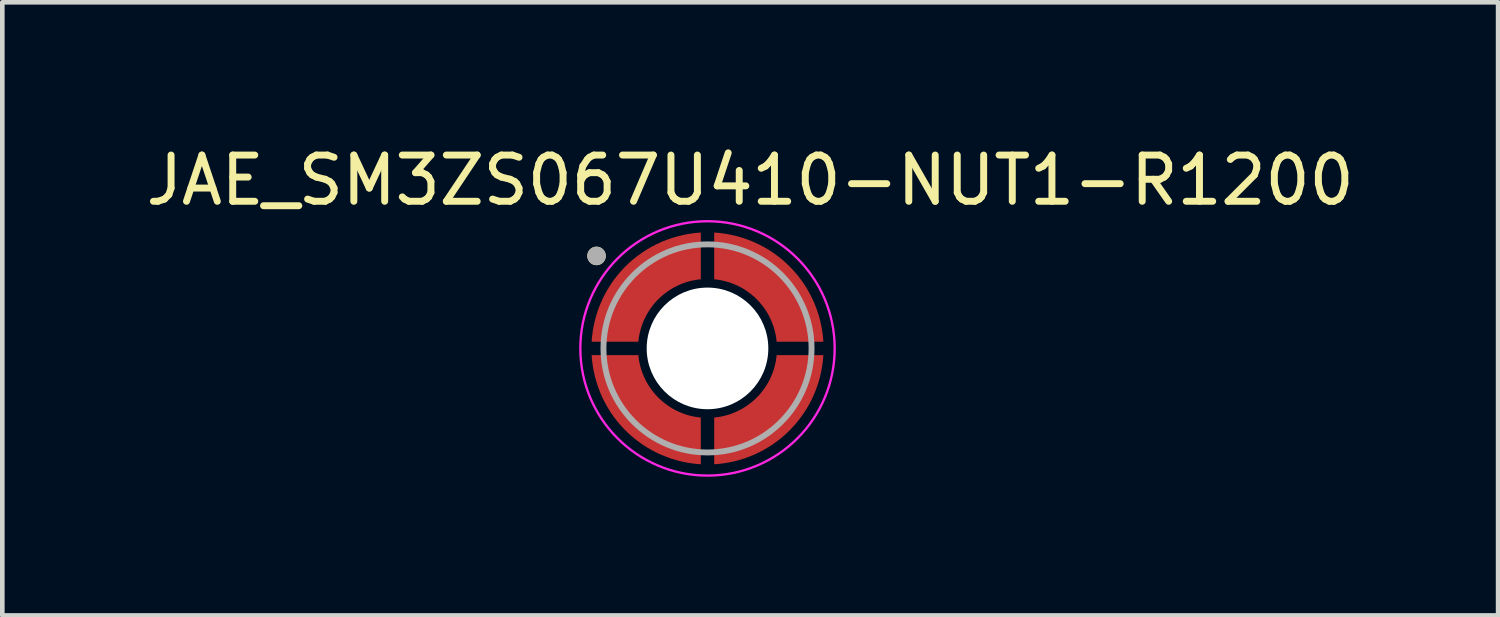
<source format=kicad_pcb>
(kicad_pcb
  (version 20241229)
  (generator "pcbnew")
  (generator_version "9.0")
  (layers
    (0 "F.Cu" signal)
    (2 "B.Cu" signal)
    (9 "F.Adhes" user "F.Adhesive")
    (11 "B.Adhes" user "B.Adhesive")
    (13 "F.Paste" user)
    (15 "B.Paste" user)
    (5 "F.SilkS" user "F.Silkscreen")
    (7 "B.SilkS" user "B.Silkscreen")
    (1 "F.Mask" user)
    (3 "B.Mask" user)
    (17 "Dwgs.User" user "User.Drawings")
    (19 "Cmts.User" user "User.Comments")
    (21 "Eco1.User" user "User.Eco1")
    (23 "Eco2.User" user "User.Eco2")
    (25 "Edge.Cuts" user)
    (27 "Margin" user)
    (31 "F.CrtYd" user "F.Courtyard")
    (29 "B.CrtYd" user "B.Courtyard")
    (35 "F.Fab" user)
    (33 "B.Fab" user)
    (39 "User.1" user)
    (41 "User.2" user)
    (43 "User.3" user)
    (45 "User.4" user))
  (footprint "JAE_SM3ZS067U410-NUT1-R1200"
    (layer "F.Cu")
    (at 12.249 4.484)
    (property "Reference" "JAE_SM3ZS067U410-NUT1-R1200" (at 0.924 -3.636 0) (layer "F.SilkS") (effects (font (size 1 1) (thickness 0.15))))
    (attr through_hole)
    (fp_poly (pts (xy -1.4 -0.05) (xy -2.6 -0.05) (xy -2.594 -0.172) (xy -2.582 -0.305) (xy -2.563 -0.437) (xy -2.536 -0.568) (xy -2.504 -0.697) (xy -2.464 -0.825) (xy -2.419 -0.95) (xy -2.366 -1.073) (xy -2.308 -1.193) (xy -2.244 -1.31) (xy -2.173 -1.423) (xy -2.097 -1.533) (xy -2.016 -1.639) (xy -1.929 -1.74) (xy -1.837 -1.837) (xy -1.74 -1.929) (xy -1.639 -2.016) (xy -1.533 -2.097) (xy -1.423 -2.173) (xy -1.31 -2.244) (xy -1.193 -2.308) (xy -1.073 -2.366) (xy -0.95 -2.419) (xy -0.825 -2.464) (xy -0.697 -2.504) (xy -0.568 -2.536) (xy -0.437 -2.563) (xy -0.305 -2.582) (xy -0.172 -2.594) (xy -0.05 -2.6) (xy -0.05 -1.4) (xy -0.114 -1.396) (xy -0.184 -1.388) (xy -0.253 -1.377) (xy -0.322 -1.362) (xy -0.39 -1.344) (xy -0.457 -1.323) (xy -0.523 -1.298) (xy -0.588 -1.27) (xy -0.651 -1.239) (xy -0.712 -1.204) (xy -0.772 -1.167) (xy -0.829 -1.127) (xy -0.885 -1.084) (xy -0.938 -1.038) (xy -0.989 -0.989) (xy -1.038 -0.938) (xy -1.084 -0.885) (xy -1.127 -0.829) (xy -1.167 -0.772) (xy -1.204 -0.712) (xy -1.239 -0.651) (xy -1.27 -0.588) (xy -1.298 -0.523) (xy -1.323 -0.457) (xy -1.344 -0.39) (xy -1.362 -0.322) (xy -1.377 -0.253) (xy -1.388 -0.184) (xy -1.396 -0.114) (xy -1.4 -0.05)) (stroke (width 0.01) (type solid)) (fill yes) (layer "F.Mask"))
    (fp_poly (pts (xy -0.05 1.4) (xy -0.05 2.6) (xy -0.172 2.594) (xy -0.305 2.582) (xy -0.437 2.563) (xy -0.568 2.536) (xy -0.697 2.504) (xy -0.825 2.464) (xy -0.95 2.419) (xy -1.073 2.366) (xy -1.193 2.308) (xy -1.31 2.244) (xy -1.423 2.173) (xy -1.533 2.097) (xy -1.639 2.016) (xy -1.74 1.929) (xy -1.837 1.837) (xy -1.929 1.74) (xy -2.016 1.639) (xy -2.097 1.533) (xy -2.173 1.423) (xy -2.244 1.31) (xy -2.308 1.193) (xy -2.366 1.073) (xy -2.419 0.95) (xy -2.464 0.825) (xy -2.504 0.697) (xy -2.536 0.568) (xy -2.563 0.437) (xy -2.582 0.305) (xy -2.594 0.172) (xy -2.6 0.05) (xy -1.4 0.05) (xy -1.396 0.114) (xy -1.388 0.184) (xy -1.377 0.253) (xy -1.362 0.322) (xy -1.344 0.39) (xy -1.323 0.457) (xy -1.298 0.523) (xy -1.27 0.588) (xy -1.239 0.651) (xy -1.204 0.712) (xy -1.167 0.772) (xy -1.127 0.829) (xy -1.084 0.885) (xy -1.038 0.938) (xy -0.989 0.989) (xy -0.938 1.038) (xy -0.885 1.084) (xy -0.829 1.127) (xy -0.772 1.167) (xy -0.712 1.204) (xy -0.651 1.239) (xy -0.588 1.27) (xy -0.523 1.298) (xy -0.457 1.323) (xy -0.39 1.344) (xy -0.322 1.362) (xy -0.253 1.377) (xy -0.184 1.388) (xy -0.114 1.396) (xy -0.05 1.4)) (stroke (width 0.01) (type solid)) (fill yes) (layer "F.Mask"))
    (fp_poly (pts (xy 0.05 -1.4) (xy 0.05 -2.6) (xy 0.172 -2.594) (xy 0.305 -2.582) (xy 0.437 -2.563) (xy 0.568 -2.536) (xy 0.697 -2.504) (xy 0.825 -2.464) (xy 0.95 -2.419) (xy 1.073 -2.366) (xy 1.193 -2.308) (xy 1.31 -2.244) (xy 1.423 -2.173) (xy 1.533 -2.097) (xy 1.639 -2.016) (xy 1.74 -1.929) (xy 1.837 -1.837) (xy 1.929 -1.74) (xy 2.016 -1.639) (xy 2.097 -1.533) (xy 2.173 -1.423) (xy 2.244 -1.31) (xy 2.308 -1.193) (xy 2.366 -1.073) (xy 2.419 -0.95) (xy 2.464 -0.825) (xy 2.504 -0.697) (xy 2.536 -0.568) (xy 2.563 -0.437) (xy 2.582 -0.305) (xy 2.594 -0.172) (xy 2.6 -0.05) (xy 1.4 -0.05) (xy 1.396 -0.114) (xy 1.388 -0.184) (xy 1.377 -0.253) (xy 1.362 -0.322) (xy 1.344 -0.39) (xy 1.323 -0.457) (xy 1.298 -0.523) (xy 1.27 -0.588) (xy 1.239 -0.651) (xy 1.204 -0.712) (xy 1.167 -0.772) (xy 1.127 -0.829) (xy 1.084 -0.885) (xy 1.038 -0.938) (xy 0.989 -0.989) (xy 0.938 -1.038) (xy 0.885 -1.084) (xy 0.829 -1.127) (xy 0.772 -1.167) (xy 0.712 -1.204) (xy 0.651 -1.239) (xy 0.588 -1.27) (xy 0.523 -1.298) (xy 0.457 -1.323) (xy 0.39 -1.344) (xy 0.322 -1.362) (xy 0.253 -1.377) (xy 0.184 -1.388) (xy 0.114 -1.396) (xy 0.05 -1.4)) (stroke (width 0.01) (type solid)) (fill yes) (layer "F.Mask"))
    (fp_poly (pts (xy 1.4 0.05) (xy 2.6 0.05) (xy 2.594 0.172) (xy 2.582 0.305) (xy 2.563 0.437) (xy 2.536 0.568) (xy 2.504 0.697) (xy 2.464 0.825) (xy 2.419 0.95) (xy 2.366 1.073) (xy 2.308 1.193) (xy 2.244 1.31) (xy 2.173 1.423) (xy 2.097 1.533) (xy 2.016 1.639) (xy 1.929 1.74) (xy 1.837 1.837) (xy 1.74 1.929) (xy 1.639 2.016) (xy 1.533 2.097) (xy 1.423 2.173) (xy 1.31 2.244) (xy 1.193 2.308) (xy 1.073 2.366) (xy 0.95 2.419) (xy 0.825 2.464) (xy 0.697 2.504) (xy 0.568 2.536) (xy 0.437 2.563) (xy 0.305 2.582) (xy 0.172 2.594) (xy 0.05 2.6) (xy 0.05 1.4) (xy 0.114 1.396) (xy 0.184 1.388) (xy 0.253 1.377) (xy 0.322 1.362) (xy 0.39 1.344) (xy 0.457 1.323) (xy 0.523 1.298) (xy 0.588 1.27) (xy 0.651 1.239) (xy 0.712 1.204) (xy 0.772 1.167) (xy 0.829 1.127) (xy 0.885 1.084) (xy 0.938 1.038) (xy 0.989 0.989) (xy 1.038 0.938) (xy 1.084 0.885) (xy 1.127 0.829) (xy 1.167 0.772) (xy 1.204 0.712) (xy 1.239 0.651) (xy 1.27 0.588) (xy 1.298 0.523) (xy 1.323 0.457) (xy 1.344 0.39) (xy 1.362 0.322) (xy 1.377 0.253) (xy 1.388 0.184) (xy 1.396 0.114) (xy 1.4 0.05)) (stroke (width 0.01) (type solid)) (fill yes) (layer "F.Mask"))
    (fp_circle (center -2.4 -2) (end -2.3 -2) (stroke (width 0.2) (type solid)) (fill no) (layer "F.SilkS"))
    (fp_poly (pts (xy -1.5 -0.15) (xy -2.5 -0.15) (xy -2.492 -0.249) (xy -2.477 -0.369) (xy -2.456 -0.488) (xy -2.429 -0.606) (xy -2.397 -0.723) (xy -2.359 -0.838) (xy -2.316 -0.951) (xy -2.267 -1.062) (xy -2.213 -1.17) (xy -2.154 -1.276) (xy -2.09 -1.379) (xy -2.021 -1.478) (xy -1.947 -1.574) (xy -1.868 -1.666) (xy -1.786 -1.755) (xy -1.699 -1.839) (xy -1.608 -1.919) (xy -1.513 -1.994) (xy -1.415 -2.065) (xy -1.313 -2.131) (xy -1.209 -2.192) (xy -1.101 -2.248) (xy -0.992 -2.299) (xy -0.879 -2.344) (xy -0.765 -2.384) (xy -0.649 -2.418) (xy -0.531 -2.447) (xy -0.412 -2.47) (xy -0.292 -2.487) (xy -0.15 -2.5) (xy -0.15 -1.5) (xy -0.231 -1.49) (xy -0.299 -1.478) (xy -0.367 -1.463) (xy -0.433 -1.445) (xy -0.499 -1.424) (xy -0.563 -1.4) (xy -0.627 -1.373) (xy -0.689 -1.343) (xy -0.75 -1.31) (xy -0.809 -1.274) (xy -0.866 -1.236) (xy -0.922 -1.195) (xy -0.975 -1.152) (xy -1.027 -1.106) (xy -1.077 -1.058) (xy -1.124 -1.008) (xy -1.169 -0.955) (xy -1.211 -0.901) (xy -1.251 -0.845) (xy -1.288 -0.787) (xy -1.323 -0.727) (xy -1.354 -0.666) (xy -1.383 -0.603) (xy -1.409 -0.539) (xy -1.432 -0.474) (xy -1.452 -0.408) (xy -1.469 -0.341) (xy -1.483 -0.274) (xy -1.494 -0.206) (xy -1.5 -0.15)) (stroke (width 0.01) (type solid)) (fill yes) (layer "F.Paste"))
    (fp_poly (pts (xy -0.15 1.5) (xy -0.15 2.5) (xy -0.292 2.487) (xy -0.412 2.47) (xy -0.531 2.447) (xy -0.649 2.418) (xy -0.765 2.384) (xy -0.879 2.344) (xy -0.992 2.299) (xy -1.101 2.248) (xy -1.209 2.192) (xy -1.313 2.131) (xy -1.415 2.065) (xy -1.513 1.994) (xy -1.608 1.919) (xy -1.699 1.839) (xy -1.786 1.755) (xy -1.868 1.666) (xy -1.947 1.574) (xy -2.021 1.478) (xy -2.09 1.379) (xy -2.154 1.276) (xy -2.213 1.17) (xy -2.267 1.062) (xy -2.316 0.951) (xy -2.359 0.838) (xy -2.397 0.723) (xy -2.429 0.606) (xy -2.456 0.488) (xy -2.477 0.369) (xy -2.492 0.249) (xy -2.5 0.15) (xy -1.5 0.15) (xy -1.494 0.206) (xy -1.483 0.274) (xy -1.469 0.341) (xy -1.452 0.408) (xy -1.432 0.474) (xy -1.409 0.539) (xy -1.383 0.603) (xy -1.354 0.666) (xy -1.323 0.727) (xy -1.288 0.787) (xy -1.251 0.845) (xy -1.211 0.901) (xy -1.169 0.955) (xy -1.124 1.008) (xy -1.077 1.058) (xy -1.027 1.106) (xy -0.975 1.152) (xy -0.922 1.195) (xy -0.866 1.236) (xy -0.809 1.274) (xy -0.75 1.31) (xy -0.689 1.343) (xy -0.627 1.373) (xy -0.563 1.4) (xy -0.499 1.424) (xy -0.433 1.445) (xy -0.367 1.463) (xy -0.299 1.478) (xy -0.231 1.49) (xy -0.15 1.5)) (stroke (width 0.01) (type solid)) (fill yes) (layer "F.Paste"))
    (fp_poly (pts (xy 0.15 -1.5) (xy 0.15 -2.5) (xy 0.25 -2.492) (xy 0.372 -2.476) (xy 0.493 -2.455) (xy 0.612 -2.428) (xy 0.73 -2.395) (xy 0.846 -2.356) (xy 0.961 -2.312) (xy 1.073 -2.262) (xy 1.182 -2.207) (xy 1.289 -2.146) (xy 1.392 -2.081) (xy 1.492 -2.01) (xy 1.589 -1.935) (xy 1.681 -1.855) (xy 1.77 -1.77) (xy 1.855 -1.681) (xy 1.935 -1.589) (xy 2.01 -1.492) (xy 2.081 -1.392) (xy 2.146 -1.289) (xy 2.207 -1.182) (xy 2.262 -1.073) (xy 2.312 -0.961) (xy 2.356 -0.846) (xy 2.395 -0.73) (xy 2.428 -0.612) (xy 2.455 -0.493) (xy 2.476 -0.372) (xy 2.492 -0.25) (xy 2.5 -0.15) (xy 1.5 -0.15) (xy 1.493 -0.206) (xy 1.483 -0.275) (xy 1.468 -0.344) (xy 1.451 -0.411) (xy 1.431 -0.478) (xy 1.407 -0.544) (xy 1.381 -0.609) (xy 1.351 -0.672) (xy 1.319 -0.734) (xy 1.283 -0.794) (xy 1.245 -0.853) (xy 1.205 -0.909) (xy 1.161 -0.964) (xy 1.116 -1.017) (xy 1.067 -1.067) (xy 1.017 -1.116) (xy 0.964 -1.161) (xy 0.909 -1.205) (xy 0.853 -1.245) (xy 0.794 -1.283) (xy 0.734 -1.319) (xy 0.672 -1.351) (xy 0.609 -1.381) (xy 0.544 -1.407) (xy 0.478 -1.431) (xy 0.411 -1.451) (xy 0.344 -1.468) (xy 0.275 -1.483) (xy 0.206 -1.493) (xy 0.15 -1.5)) (stroke (width 0.01) (type solid)) (fill yes) (layer "F.Paste"))
    (fp_poly (pts (xy 1.5 0.15) (xy 2.5 0.15) (xy 2.492 0.25) (xy 2.476 0.372) (xy 2.455 0.493) (xy 2.428 0.612) (xy 2.395 0.73) (xy 2.356 0.846) (xy 2.312 0.961) (xy 2.262 1.073) (xy 2.207 1.182) (xy 2.146 1.289) (xy 2.081 1.392) (xy 2.01 1.492) (xy 1.935 1.589) (xy 1.855 1.681) (xy 1.77 1.77) (xy 1.681 1.855) (xy 1.589 1.935) (xy 1.492 2.01) (xy 1.392 2.081) (xy 1.289 2.146) (xy 1.182 2.207) (xy 1.073 2.262) (xy 0.961 2.312) (xy 0.846 2.356) (xy 0.73 2.395) (xy 0.612 2.428) (xy 0.493 2.455) (xy 0.372 2.476) (xy 0.25 2.492) (xy 0.15 2.5) (xy 0.15 1.5) (xy 0.206 1.493) (xy 0.275 1.483) (xy 0.344 1.468) (xy 0.411 1.451) (xy 0.478 1.431) (xy 0.544 1.407) (xy 0.609 1.381) (xy 0.672 1.351) (xy 0.734 1.319) (xy 0.794 1.283) (xy 0.853 1.245) (xy 0.909 1.205) (xy 0.964 1.161) (xy 1.017 1.116) (xy 1.067 1.067) (xy 1.116 1.017) (xy 1.161 0.964) (xy 1.205 0.909) (xy 1.245 0.853) (xy 1.283 0.794) (xy 1.319 0.734) (xy 1.351 0.672) (xy 1.381 0.609) (xy 1.407 0.544) (xy 1.431 0.478) (xy 1.451 0.411) (xy 1.468 0.344) (xy 1.483 0.275) (xy 1.493 0.206) (xy 1.5 0.15)) (stroke (width 0.01) (type solid)) (fill yes) (layer "F.Paste"))
    (fp_circle (center 0 0) (end 2.75 0) (stroke (width 0.05) (type solid)) (fill no) (layer "F.CrtYd"))
    (fp_circle (center -2.4 -2) (end -2.3 -2) (stroke (width 0.2) (type solid)) (fill no) (layer "F.Fab"))
    (fp_circle (center 0 0) (end 2.25 0) (stroke (width 0.127) (type solid)) (fill no) (layer "F.Fab"))
    (pad "" np_thru_hole circle (at 0 0) (size 2.63 2.63) (drill 2.63) (layers "*.Cu" "*.Mask"))
    (pad "1" smd custom (at -2 -1) (size 0.25 0.25) (layers "F.Cu") (options (anchor rect)) (primitives (gr_poly (pts (xy 0.5 0.85) (xy -0.5 0.85) (xy -0.492 0.751) (xy -0.477 0.631) (xy -0.456 0.512) (xy -0.429 0.394) (xy -0.397 0.277) (xy -0.359 0.162) (xy -0.316 0.049) (xy -0.267 -0.062) (xy -0.213 -0.17) (xy -0.154 -0.276) (xy -0.09 -0.379) (xy -0.021 -0.478) (xy 0.053 -0.574) (xy 0.132 -0.666) (xy 0.214 -0.755) (xy 0.301 -0.839) (xy 0.392 -0.919) (xy 0.487 -0.994) (xy 0.585 -1.065) (xy 0.687 -1.131) (xy 0.791 -1.192) (xy 0.899 -1.248) (xy 1.008 -1.299) (xy 1.121 -1.344) (xy 1.235 -1.384) (xy 1.351 -1.418) (xy 1.469 -1.447) (xy 1.588 -1.47) (xy 1.708 -1.487) (xy 1.85 -1.5) (xy 1.85 -0.5) (xy 1.769 -0.49) (xy 1.701 -0.478) (xy 1.633 -0.463) (xy 1.567 -0.445) (xy 1.501 -0.424) (xy 1.437 -0.4) (xy 1.373 -0.373) (xy 1.311 -0.343) (xy 1.25 -0.31) (xy 1.191 -0.274) (xy 1.134 -0.236) (xy 1.078 -0.195) (xy 1.025 -0.152) (xy 0.973 -0.106) (xy 0.923 -0.058) (xy 0.876 -0.008) (xy 0.831 0.045) (xy 0.789 0.099) (xy 0.749 0.155) (xy 0.712 0.213) (xy 0.677 0.273) (xy 0.646 0.334) (xy 0.617 0.397) (xy 0.591 0.461) (xy 0.568 0.526) (xy 0.548 0.592) (xy 0.531 0.659) (xy 0.517 0.726) (xy 0.506 0.794) (xy 0.5 0.85)) (width 0.01) (fill yes))))
    (pad "2" smd custom (at -2 1) (size 0.25 0.25) (layers "F.Cu") (options (anchor rect)) (primitives (gr_poly (pts (xy 1.85 0.5) (xy 1.85 1.5) (xy 1.708 1.487) (xy 1.588 1.47) (xy 1.469 1.447) (xy 1.351 1.418) (xy 1.235 1.384) (xy 1.121 1.344) (xy 1.008 1.299) (xy 0.899 1.248) (xy 0.791 1.192) (xy 0.687 1.131) (xy 0.585 1.065) (xy 0.487 0.994) (xy 0.392 0.919) (xy 0.301 0.839) (xy 0.214 0.755) (xy 0.132 0.666) (xy 0.053 0.574) (xy -0.021 0.478) (xy -0.09 0.379) (xy -0.154 0.276) (xy -0.213 0.17) (xy -0.267 0.062) (xy -0.316 -0.049) (xy -0.359 -0.162) (xy -0.397 -0.277) (xy -0.429 -0.394) (xy -0.456 -0.512) (xy -0.477 -0.631) (xy -0.492 -0.751) (xy -0.5 -0.85) (xy 0.5 -0.85) (xy 0.506 -0.794) (xy 0.517 -0.726) (xy 0.531 -0.659) (xy 0.548 -0.592) (xy 0.568 -0.526) (xy 0.591 -0.461) (xy 0.617 -0.397) (xy 0.646 -0.334) (xy 0.677 -0.273) (xy 0.712 -0.213) (xy 0.749 -0.155) (xy 0.789 -0.099) (xy 0.831 -0.045) (xy 0.876 0.008) (xy 0.923 0.058) (xy 0.973 0.106) (xy 1.025 0.152) (xy 1.078 0.195) (xy 1.134 0.236) (xy 1.191 0.274) (xy 1.25 0.31) (xy 1.311 0.343) (xy 1.373 0.373) (xy 1.437 0.4) (xy 1.501 0.424) (xy 1.567 0.445) (xy 1.633 0.463) (xy 1.701 0.478) (xy 1.769 0.49) (xy 1.85 0.5)) (width 0.01) (fill yes))))
    (pad "3" smd custom (at 1 2) (size 0.25 0.25) (layers "F.Cu") (options (anchor rect)) (primitives (gr_poly (pts (xy 0.5 -1.85) (xy 1.5 -1.85) (xy 1.492 -1.75) (xy 1.476 -1.628) (xy 1.455 -1.507) (xy 1.428 -1.388) (xy 1.395 -1.27) (xy 1.356 -1.154) (xy 1.312 -1.039) (xy 1.262 -0.927) (xy 1.207 -0.818) (xy 1.146 -0.711) (xy 1.081 -0.608) (xy 1.01 -0.508) (xy 0.935 -0.411) (xy 0.855 -0.319) (xy 0.77 -0.23) (xy 0.681 -0.145) (xy 0.589 -0.065) (xy 0.492 0.01) (xy 0.392 0.081) (xy 0.289 0.146) (xy 0.182 0.207) (xy 0.073 0.262) (xy -0.039 0.312) (xy -0.154 0.356) (xy -0.27 0.395) (xy -0.388 0.428) (xy -0.507 0.455) (xy -0.628 0.476) (xy -0.75 0.492) (xy -0.85 0.5) (xy -0.85 -0.5) (xy -0.794 -0.507) (xy -0.725 -0.517) (xy -0.656 -0.532) (xy -0.589 -0.549) (xy -0.522 -0.569) (xy -0.456 -0.593) (xy -0.391 -0.619) (xy -0.328 -0.649) (xy -0.266 -0.681) (xy -0.206 -0.717) (xy -0.147 -0.755) (xy -0.091 -0.795) (xy -0.036 -0.839) (xy 0.017 -0.884) (xy 0.067 -0.933) (xy 0.116 -0.983) (xy 0.161 -1.036) (xy 0.205 -1.091) (xy 0.245 -1.147) (xy 0.283 -1.206) (xy 0.319 -1.266) (xy 0.351 -1.328) (xy 0.381 -1.391) (xy 0.407 -1.456) (xy 0.431 -1.522) (xy 0.451 -1.589) (xy 0.468 -1.656) (xy 0.483 -1.725) (xy 0.493 -1.794) (xy 0.5 -1.85)) (width 0.01) (fill yes))))
    (pad "4" smd custom (at 2 -1) (size 0.25 0.25) (layers "F.Cu") (options (anchor rect)) (primitives (gr_poly (pts (xy -1.85 -0.5) (xy -1.85 -1.5) (xy -1.75 -1.492) (xy -1.628 -1.476) (xy -1.507 -1.455) (xy -1.388 -1.428) (xy -1.27 -1.395) (xy -1.154 -1.356) (xy -1.039 -1.312) (xy -0.927 -1.262) (xy -0.818 -1.207) (xy -0.711 -1.146) (xy -0.608 -1.081) (xy -0.508 -1.01) (xy -0.411 -0.935) (xy -0.319 -0.855) (xy -0.23 -0.77) (xy -0.145 -0.681) (xy -0.065 -0.589) (xy 0.01 -0.492) (xy 0.081 -0.392) (xy 0.146 -0.289) (xy 0.207 -0.182) (xy 0.262 -0.073) (xy 0.312 0.039) (xy 0.356 0.154) (xy 0.395 0.27) (xy 0.428 0.388) (xy 0.455 0.507) (xy 0.476 0.628) (xy 0.492 0.75) (xy 0.5 0.85) (xy -0.5 0.85) (xy -0.507 0.794) (xy -0.517 0.725) (xy -0.532 0.656) (xy -0.549 0.589) (xy -0.569 0.522) (xy -0.593 0.456) (xy -0.619 0.391) (xy -0.649 0.328) (xy -0.681 0.266) (xy -0.717 0.206) (xy -0.755 0.147) (xy -0.795 0.091) (xy -0.839 0.036) (xy -0.884 -0.017) (xy -0.933 -0.067) (xy -0.983 -0.116) (xy -1.036 -0.161) (xy -1.091 -0.205) (xy -1.147 -0.245) (xy -1.206 -0.283) (xy -1.266 -0.319) (xy -1.328 -0.351) (xy -1.391 -0.381) (xy -1.456 -0.407) (xy -1.522 -0.431) (xy -1.589 -0.451) (xy -1.656 -0.468) (xy -1.725 -0.483) (xy -1.794 -0.493) (xy -1.85 -0.5)) (width 0.01) (fill yes)))))
  (gr_rect
    (start -3 -3)
    (end 29.345 10.259)
    (stroke (width 0.1) (type default))
    (fill no)
    (layer "Edge.Cuts")))
</source>
